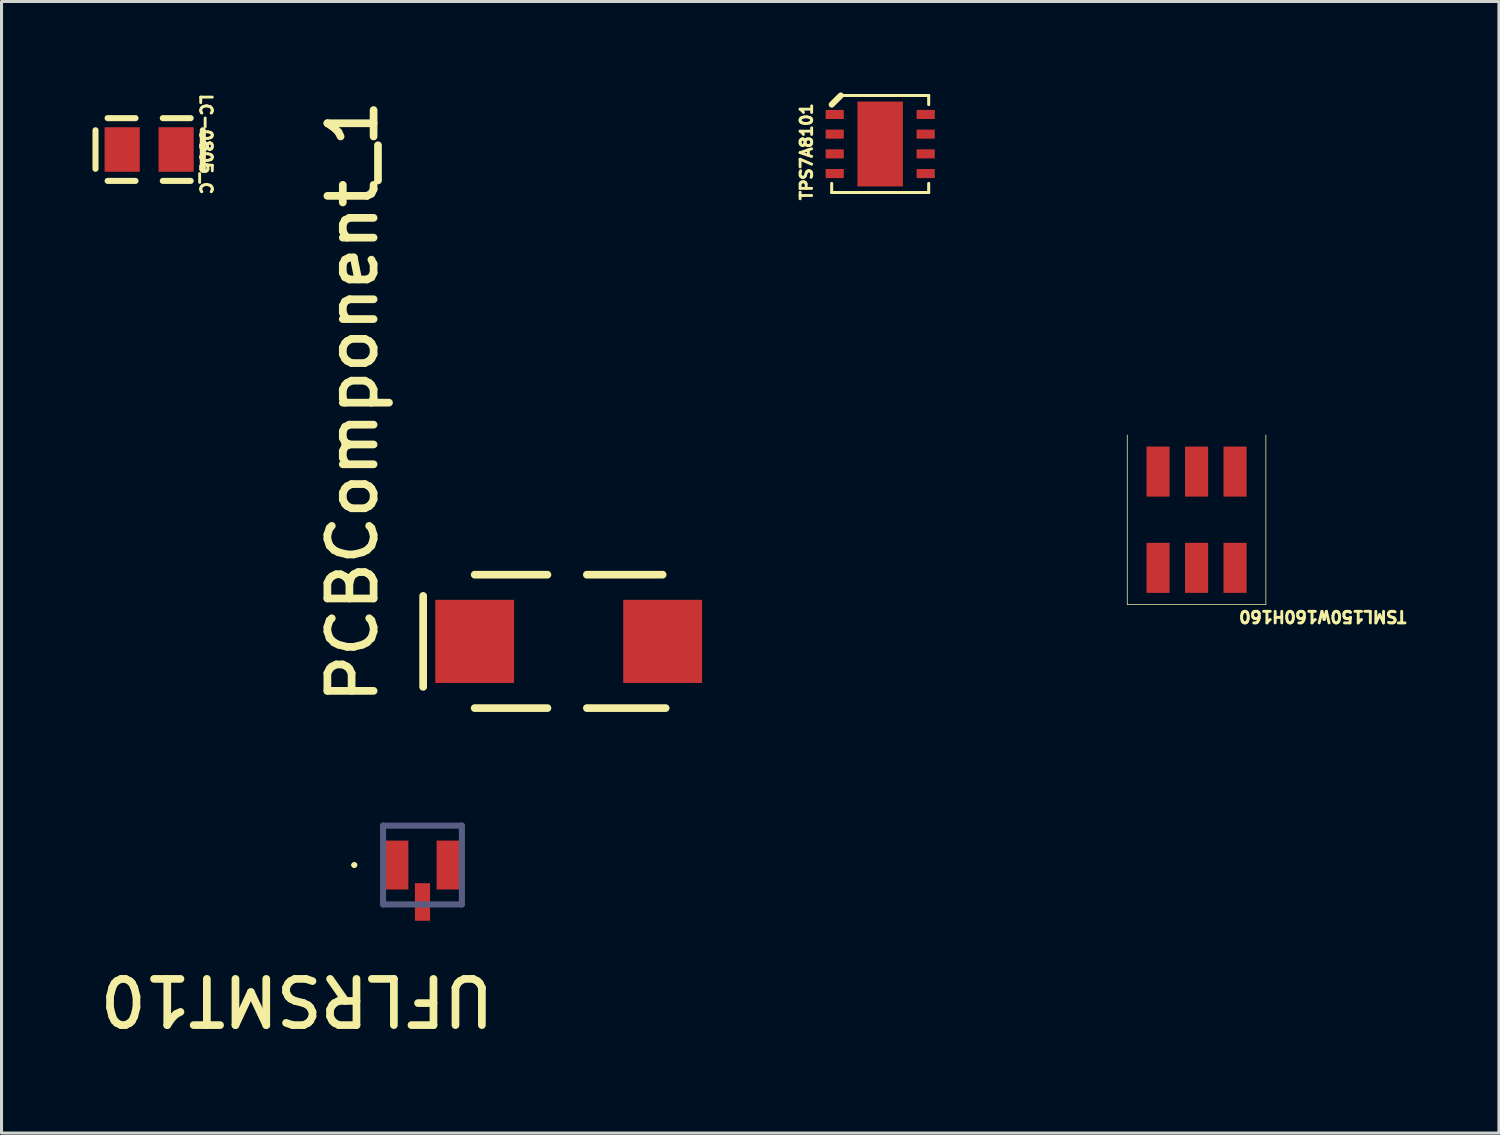
<source format=kicad_pcb>
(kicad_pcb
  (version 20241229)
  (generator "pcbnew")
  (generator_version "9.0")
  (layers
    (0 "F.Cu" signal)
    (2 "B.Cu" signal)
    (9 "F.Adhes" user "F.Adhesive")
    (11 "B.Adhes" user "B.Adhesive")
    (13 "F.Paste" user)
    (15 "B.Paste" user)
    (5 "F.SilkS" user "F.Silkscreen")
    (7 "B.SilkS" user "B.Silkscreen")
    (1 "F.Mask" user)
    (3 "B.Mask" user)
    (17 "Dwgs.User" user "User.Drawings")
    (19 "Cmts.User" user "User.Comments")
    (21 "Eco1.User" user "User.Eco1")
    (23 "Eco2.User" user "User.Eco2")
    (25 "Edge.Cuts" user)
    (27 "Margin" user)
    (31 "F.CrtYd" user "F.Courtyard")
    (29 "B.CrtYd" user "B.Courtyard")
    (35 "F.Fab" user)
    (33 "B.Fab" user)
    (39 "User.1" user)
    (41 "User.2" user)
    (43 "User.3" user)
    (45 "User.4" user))
  (footprint "PCBComponent_1"
    (layer "F.Cu")
    (at 15.226 18.148)
    (property "Reference" "PCBComponent_1" (at -5.753 2.121 90) (unlocked yes) (layer "F.SilkS") (effects (font (size 1.524 1.524) (thickness 0.254)) (justify left bottom)))
    (fp_line (start -4.318 1.459) (end -4.318 -1.541) (stroke (width 0.254) (type solid)) (layer "F.SilkS"))
    (fp_line (start -2.618 2.159) (end -0.218 2.159) (stroke (width 0.254) (type solid)) (layer "F.SilkS"))
    (fp_line (start -0.218 -2.241) (end -2.618 -2.241) (stroke (width 0.254) (type solid)) (layer "F.SilkS"))
    (fp_line (start 1.082 -2.241) (end 3.582 -2.241) (stroke (width 0.254) (type solid)) (layer "F.SilkS"))
    (fp_line (start 3.682 2.159) (end 1.082 2.159) (stroke (width 0.254) (type solid)) (layer "F.SilkS"))
    (fp_line (start 0.193 -0.408) (end 0.244 -0.459) (stroke (width 0.003) (type solid)) (layer "Eco1.User"))
    (pad "1" smd rect (at -2.618 -0.041 180) (size 2.6 2.743) (layers "F.Cu" "F.Mask" "F.Paste"))
    (pad "2" smd rect (at 3.582 -0.041 180) (size 2.6 2.743) (layers "F.Cu" "F.Mask" "F.Paste")))
  (footprint "LC-0805_C"
    (layer "F.Cu")
    (at 1.87 1.882)
    (property "Reference" "LC-0805_C" (at 1.65 -1.882 270) (unlocked yes) (layer "F.SilkS") (effects (font (size 0.381 0.381) (thickness 0.254)) (justify left bottom)))
    (fp_line (start -1.77 -0.635) (end -1.77 0.635) (stroke (width 0.2) (type solid)) (layer "F.SilkS"))
    (fp_line (start -1.37 -1.035) (end -0.45 -1.035) (stroke (width 0.2) (type solid)) (layer "F.SilkS"))
    (fp_line (start -0.45 1.035) (end -1.37 1.035) (stroke (width 0.2) (type solid)) (layer "F.SilkS"))
    (fp_line (start 0.45 1.035) (end 1.37 1.035) (stroke (width 0.2) (type solid)) (layer "F.SilkS"))
    (fp_line (start 0.45 -1.035) (end 1.37 -1.035) (stroke (width 0.2) (type solid)) (layer "F.SilkS"))
    (fp_line (start 1.77 -0.635) (end 1.77 0.635) (stroke (width 0.2) (type solid)) (layer "F.SilkS"))
    (pad "1" smd rect (at -0.89 0) (size 1.16 1.47) (layers "F.Cu" "F.Mask" "F.Paste"))
    (pad "2" smd rect (at 0.89 0) (size 1.16 1.47) (layers "F.Cu" "F.Mask" "F.Paste")))
  (footprint "UFLRSMT10"
    (layer "F.Cu")
    (at 10.886 25.484)
    (property "Reference" "UFLRSMT10" (at 2.489 3.556 180) (unlocked yes) (layer "F.SilkS") (effects (font (size 1.524 1.524) (thickness 0.254)) (justify left bottom)))
    (fp_line (start -0.943 1.3) (end -1.25 1.3) (stroke (width 0.1) (type solid)) (layer "F.SilkS"))
    (fp_line (start 0.952 -1.3) (end -1 -1.3) (stroke (width 0.1) (type solid)) (layer "F.SilkS"))
    (fp_line (start 0.952 1.3) (end 0.75 1.3) (stroke (width 0.1) (type solid)) (layer "F.SilkS"))
    (fp_arc (start -2.300001 0) (mid -2.250001 -0.05) (end -2.200001 0) (stroke (width 0.1) (type solid)) (layer "F.SilkS"))
    (fp_arc (start -2.200001 0) (mid -2.250001 0.05) (end -2.300001 0) (stroke (width 0.1) (type solid)) (layer "F.SilkS"))
    (fp_line (start -3 -2) (end -3 2.75) (stroke (width 0.1) (type solid)) (layer "Eco1.User"))
    (fp_line (start 2.7 -2) (end -3 -2) (stroke (width 0.1) (type solid)) (layer "Eco1.User"))
    (fp_line (start 2.7 -2) (end 2.7 2.75) (stroke (width 0.1) (type solid)) (layer "Eco1.User"))
    (fp_line (start 2.7 2.75) (end -3 2.75) (stroke (width 0.1) (type solid)) (layer "Eco1.User"))
    (fp_line (start -1.3 -1.3) (end -1.3 1.3) (stroke (width 0.2) (type solid)) (layer "B.Fab"))
    (fp_line (start 1.3 -1.3) (end -1.3 -1.3) (stroke (width 0.2) (type solid)) (layer "B.Fab"))
    (fp_line (start 1.3 -1.3) (end 1.3 1.3) (stroke (width 0.2) (type solid)) (layer "B.Fab"))
    (fp_line (start 1.3 1.3) (end -1.3 1.3) (stroke (width 0.2) (type solid)) (layer "B.Fab"))
    (pad "1" smd rect (at -0.85 0 90) (size 1.613 0.769) (layers "F.Cu" "F.Mask" "F.Paste"))
    (pad "2" smd rect (at 0.85 0 90) (size 1.613 0.769) (layers "F.Cu" "F.Mask" "F.Paste"))
    (pad "3" smd rect (at 0 1.219 90) (size 1.24 0.5) (layers "F.Cu" "F.Mask" "F.Paste")))
  (footprint "TSML150W160H160"
    (layer "F.Cu")
    (at 36.42 14.094)
    (property "Reference" "TSML150W160H160" (at 6.974 2.97 180) (unlocked yes) (layer "F.SilkS") (effects (font (size 0.381 0.381) (thickness 0.254)) (justify left bottom)))
    (fp_line (start -2.286 -2.794) (end -2.286 2.794) (stroke (width 0.025) (type solid)) (layer "F.SilkS"))
    (fp_line (start 2.286 -2.794) (end 2.286 2.794) (stroke (width 0.025) (type solid)) (layer "F.SilkS"))
    (fp_line (start 2.286 2.794) (end -2.286 2.794) (stroke (width 0.025) (type solid)) (layer "F.SilkS"))
    (fp_line (start -1.905 -2.032) (end -1.905 2.032) (stroke (width 0.025) (type solid)) (layer "Eco1.User"))
    (fp_line (start 1.905 -2.032) (end -1.905 -2.032) (stroke (width 0.025) (type solid)) (layer "Eco1.User"))
    (fp_line (start 1.905 -2.032) (end 1.905 2.032) (stroke (width 0.025) (type solid)) (layer "Eco1.User"))
    (fp_line (start 1.905 2.032) (end -1.905 2.032) (stroke (width 0.025) (type solid)) (layer "Eco1.User"))
    (fp_circle (center -0.00013 -0.000206) (end -0.00013 0.254) (stroke (width 0.025) (type solid)) (fill no) (layer "User.9"))
    (fp_text user "TCM1-63AX+" (at -0.635 -2.54 90) (unlocked yes) (layer "Eco1.User") (effects (font (size 0.381 0.381) (thickness 0.041) (bold yes)) (justify left bottom)))
    (fp_text user "UPN" (at 1.905 -0.762 90) (unlocked yes) (layer "Eco1.User") (effects (font (size 0.381 0.381) (thickness 0.041) (bold yes)) (justify left bottom)))
    (fp_text user "QA/REP" (at 4.445 -1.89 90) (unlocked yes) (layer "Eco1.User") (effects (font (size 0.381 0.381) (thickness 0.058) (bold yes)) (justify left bottom)))
    (fp_text user "04SEP12" (at -3.81 -2.205 90) (unlocked yes) (layer "Eco1.User") (effects (font (size 0.381 0.381) (thickness 0.058) (bold yes)) (justify left bottom)))
    (fp_text user "2" (at -0.000254 -1.842 0) (unlocked yes) (layer "Eco1.User") (effects (font (size 0.381 0.381) (thickness 0.041) (bold yes)) (justify left bottom)))
    (fp_text user "${REFERENCE}" (at -0.35 -0.484 270) (unlocked yes) (layer "Eco1.User") (effects (font (size 0.381 0.381) (thickness 0.058) (bold yes)) (justify left bottom)))
    (fp_text user "TSML150W160H160" (at 0 -11.176 0) (unlocked yes) (layer "Eco1.User") (effects (font (size 0.381 0.381) (thickness 0.079) (bold yes)) (justify left bottom)))
    (fp_text user "3" (at 1.27 -1.841 0) (unlocked yes) (layer "Eco1.User") (effects (font (size 0.381 0.381) (thickness 0.041) (bold yes)) (justify left bottom)))
    (fp_text user "30X65" (at 0 2.412 0) (unlocked yes) (layer "Eco1.User") (effects (font (size 0.381 0.381) (thickness 0.079) (bold yes)) (justify left bottom)))
    (fp_text user "N/A" (at 1.27 -0.762 90) (unlocked yes) (layer "Eco1.User") (effects (font (size 0.381 0.381) (thickness 0.041) (bold yes)) (justify left bottom)))
    (fp_text user "5" (at 0 1.333 0) (unlocked yes) (layer "Eco1.User") (effects (font (size 0.381 0.381) (thickness 0.041) (bold yes)) (justify left bottom)))
    (fp_text user "ADI/JSM" (at -5.08 -2.205 90) (unlocked yes) (layer "Eco1.User") (effects (font (size 0.381 0.381) (thickness 0.058) (bold yes)) (justify left bottom)))
    (fp_text user "6" (at -1.27 1.333 0) (unlocked yes) (layer "Eco1.User") (effects (font (size 0.381 0.381) (thickness 0.041) (bold yes)) (justify left bottom)))
    (fp_text user "04SEP12" (at -0.33 -11.455 90) (unlocked yes) (layer "Eco1.User") (effects (font (size 0.381 0.381) (thickness 0.058) (bold yes)) (justify left bottom)))
    (fp_text user "4" (at 1.27 1.333 0) (unlocked yes) (layer "Eco1.User") (effects (font (size 0.381 0.381) (thickness 0.041) (bold yes)) (justify left bottom)))
    (fp_text user "1" (at -1.27 -1.842 0) (unlocked yes) (layer "Eco1.User") (effects (font (size 0.381 0.381) (thickness 0.041) (bold yes)) (justify left bottom)))
    (pad "1" smd rect (at -1.27 -1.588 270) (size 1.651 0.762) (layers "F.Cu" "F.Mask" "F.Paste"))
    (pad "2" smd rect (at 0 -1.588 270) (size 1.651 0.762) (layers "F.Cu" "F.Mask" "F.Paste"))
    (pad "3" smd rect (at 1.27 -1.588 270) (size 1.651 0.762) (layers "F.Cu" "F.Mask" "F.Paste"))
    (pad "4" smd rect (at 1.27 1.587 270) (size 1.651 0.762) (layers "F.Cu" "F.Mask" "F.Paste"))
    (pad "5" smd rect (at 0 1.587 270) (size 1.651 0.762) (layers "F.Cu" "F.Mask" "F.Paste"))
    (pad "6" smd rect (at -1.27 1.587 270) (size 1.651 0.762) (layers "F.Cu" "F.Mask" "F.Paste")))
  (footprint "TPS7A8101"
    (layer "F.Cu")
    (at 25.984 1.7)
    (property "Reference" "TPS7A8101" (at -2.209 1.907 90) (unlocked yes) (layer "F.SilkS") (effects (font (size 0.381 0.381) (thickness 0.254)) (justify left bottom)))
    (fp_line (start -1.6 -1.3) (end -1.3 -1.6) (stroke (width 0.2) (type solid)) (layer "F.SilkS"))
    (fp_line (start -1.6 1.6) (end -1.6 1.3) (stroke (width 0.1) (type solid)) (layer "F.SilkS"))
    (fp_line (start 1.6 -1.6) (end -1.3 -1.6) (stroke (width 0.1) (type solid)) (layer "F.SilkS"))
    (fp_line (start 1.6 -1.3) (end 1.6 -1.6) (stroke (width 0.1) (type solid)) (layer "F.SilkS"))
    (fp_line (start 1.6 1.6) (end -1.6 1.6) (stroke (width 0.1) (type solid)) (layer "F.SilkS"))
    (fp_line (start 1.6 1.6) (end 1.6 1.3) (stroke (width 0.1) (type solid)) (layer "F.SilkS"))
    (pad "0" smd rect (at 0 0 180) (size 1.5 2.8) (layers "F.Cu" "F.Mask" "F.Paste"))
    (pad "1" smd rect (at -1.5 -0.975 90) (size 0.3 0.6) (layers "F.Cu" "F.Mask" "F.Paste"))
    (pad "2" smd rect (at -1.5 -0.325 90) (size 0.3 0.6) (layers "F.Cu" "F.Mask" "F.Paste"))
    (pad "3" smd rect (at -1.5 0.325 90) (size 0.3 0.6) (layers "F.Cu" "F.Mask" "F.Paste"))
    (pad "4" smd rect (at -1.5 0.975 90) (size 0.3 0.6) (layers "F.Cu" "F.Mask" "F.Paste"))
    (pad "5" smd rect (at 1.5 0.975 90) (size 0.3 0.6) (layers "F.Cu" "F.Mask" "F.Paste"))
    (pad "6" smd rect (at 1.5 0.325 90) (size 0.3 0.6) (layers "F.Cu" "F.Mask" "F.Paste"))
    (pad "7" smd rect (at 1.5 -0.325 90) (size 0.3 0.6) (layers "F.Cu" "F.Mask" "F.Paste"))
    (pad "8" smd rect (at 1.5 -0.975 90) (size 0.3 0.6) (layers "F.Cu" "F.Mask" "F.Paste")))
  (gr_rect
    (start -3 -3)
    (end 46.394 34.326)
    (stroke (width 0.1) (type default))
    (fill no)
    (layer "Edge.Cuts")))
</source>
